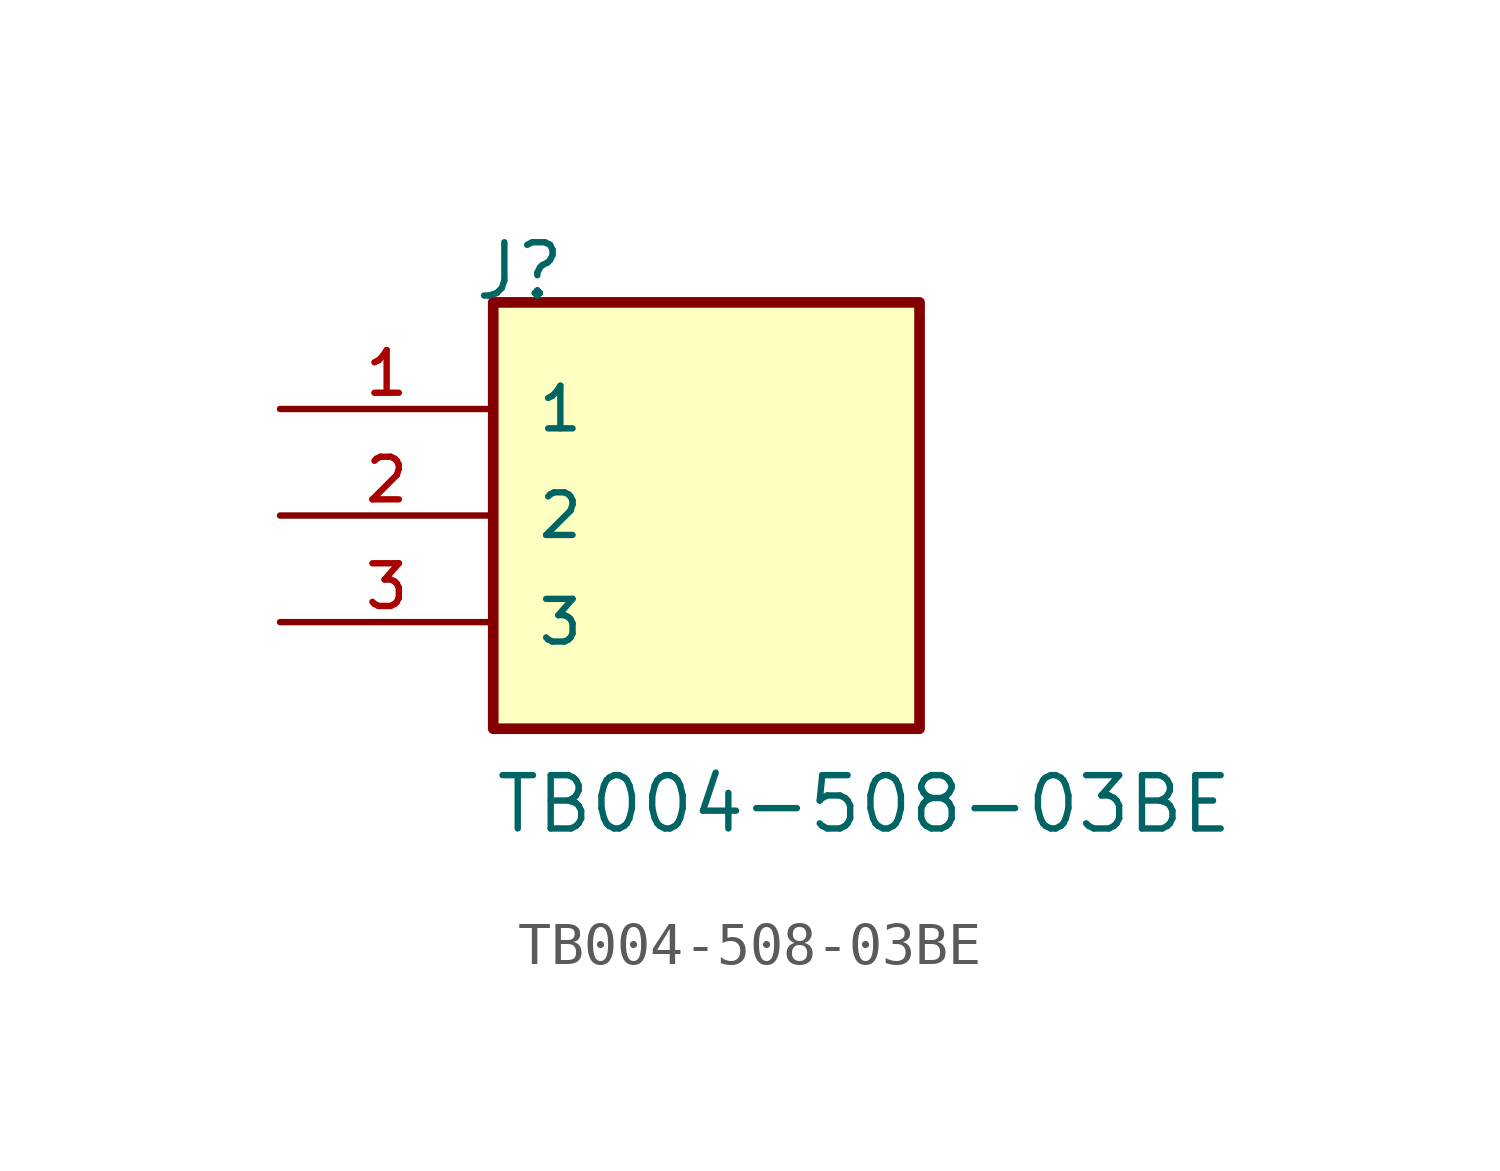
<source format=kicad_sym>
(kicad_symbol_lib
  (version 20211014)
  (generator kicad_symbol_editor)
  (symbol "TB004-508-03BE"
    (pin_names
      (offset 1.016))
    (property "Reference" "J"
      (at -5.58 5.08 0)
      (effects (font (size 1.27 1.27)) (justify bottom left)))
    (property "Value" "TB004-508-03BE"
      (at -5.08 -7.62 0)
      (effects (font (size 1.27 1.27)) (justify bottom left)))
    (symbol "TB004-508-03BE_0_0"
      (rectangle (start -5.08 -5.08) (end 5.08 5.08) (stroke (width 0.254)) (fill (type background)))
      (pin passive line (at -10.16 2.54 0) (length 5.08) (name "1" (effects (font (size 1.016 1.016)))) (number "1" (effects (font (size 1.016 1.016)))))
      (pin passive line (at -10.16 0.0 0) (length 5.08) (name "2" (effects (font (size 1.016 1.016)))) (number "2" (effects (font (size 1.016 1.016)))))
      (pin passive line (at -10.16 -2.54 0) (length 5.08) (name "3" (effects (font (size 1.016 1.016)))) (number "3" (effects (font (size 1.016 1.016))))))))
</source>
